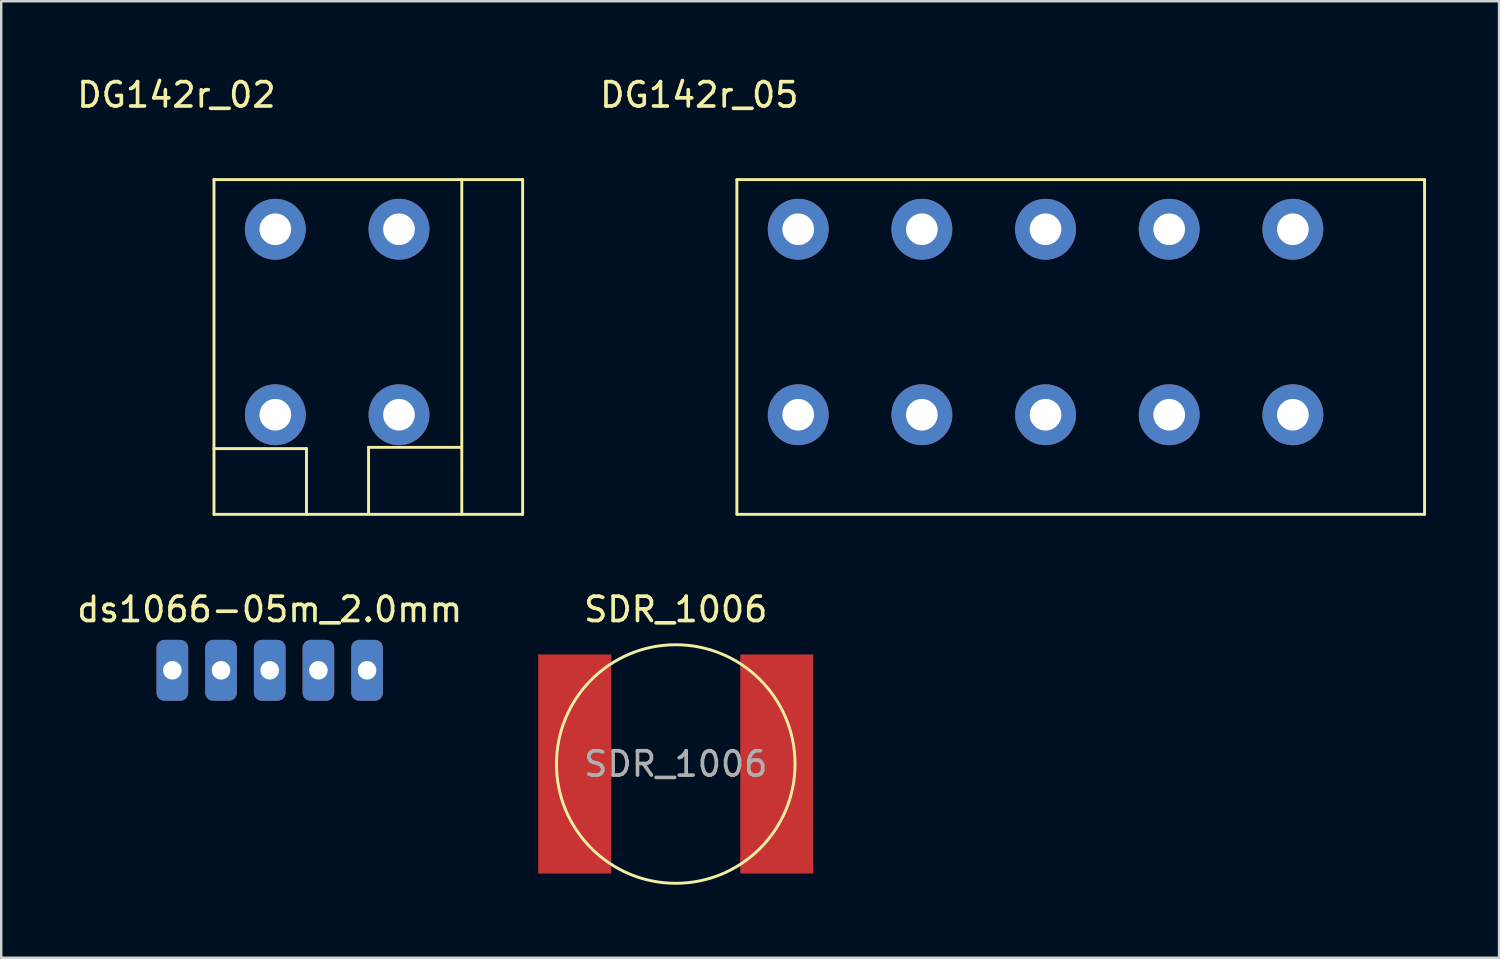
<source format=kicad_pcb>
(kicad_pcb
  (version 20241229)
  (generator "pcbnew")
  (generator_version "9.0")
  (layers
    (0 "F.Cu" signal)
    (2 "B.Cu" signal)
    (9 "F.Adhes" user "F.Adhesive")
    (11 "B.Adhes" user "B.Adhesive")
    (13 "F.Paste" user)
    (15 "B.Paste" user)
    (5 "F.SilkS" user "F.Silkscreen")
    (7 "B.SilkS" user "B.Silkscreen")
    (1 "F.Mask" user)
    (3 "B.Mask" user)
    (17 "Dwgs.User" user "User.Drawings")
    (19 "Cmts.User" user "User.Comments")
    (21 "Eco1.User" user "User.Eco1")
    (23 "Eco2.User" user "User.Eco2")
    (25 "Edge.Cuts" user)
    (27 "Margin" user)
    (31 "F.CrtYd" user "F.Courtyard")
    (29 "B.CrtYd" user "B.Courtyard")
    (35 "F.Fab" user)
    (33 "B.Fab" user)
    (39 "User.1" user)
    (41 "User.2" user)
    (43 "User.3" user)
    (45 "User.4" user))
  (footprint "DG142r_02"
    (layer "F.Cu")
    (at 6.99 3.828)
    (property "Reference" "DG142r_02" (at -2.794 -2.98 0) (layer "F.SilkS") (effects (font (size 1 1) (thickness 0.15))))
    (attr through_hole)
    (fp_line (start -1.25 0.5) (end 11.43 0.5) (stroke (width 0.12) (type solid)) (layer "F.SilkS"))
    (fp_line (start -1.25 14.25) (end -1.25 0.5) (stroke (width 0.12) (type solid)) (layer "F.SilkS"))
    (fp_line (start 2.55 11.55) (end -1.25 11.55) (stroke (width 0.12) (type solid)) (layer "F.SilkS"))
    (fp_line (start 2.55 11.55) (end 2.55 14.25) (stroke (width 0.12) (type solid)) (layer "F.SilkS"))
    (fp_line (start 5.1 11.5) (end 5.1 14.2) (stroke (width 0.12) (type solid)) (layer "F.SilkS"))
    (fp_line (start 8.9 11.5) (end 5.1 11.5) (stroke (width 0.12) (type solid)) (layer "F.SilkS"))
    (fp_line (start 8.93 0.5) (end 8.93 14.25) (stroke (width 0.12) (type solid)) (layer "F.SilkS"))
    (fp_line (start 11.43 0.5) (end 11.43 14.25) (stroke (width 0.12) (type solid)) (layer "F.SilkS"))
    (fp_line (start 11.43 14.25) (end -1.25 14.25) (stroke (width 0.12) (type solid)) (layer "F.SilkS"))
    (pad "1" thru_hole circle (at 1.27 2.54) (size 2.5 2.5) (drill 1.3) (layers "*.Cu" "*.Mask"))
    (pad "1" thru_hole circle (at 1.27 10.16) (size 2.5 2.5) (drill 1.3) (layers "*.Cu" "*.Mask"))
    (pad "2" thru_hole circle (at 6.35 2.54) (size 2.5 2.5) (drill 1.3) (layers "*.Cu" "*.Mask"))
    (pad "2" thru_hole circle (at 6.35 10.16) (size 2.5 2.5) (drill 1.3) (layers "*.Cu" "*.Mask")))
  (footprint "ds1066-05m_2.0mm"
    (layer "F.Cu")
    (at 8.03 21.486)
    (property "Reference" "ds1066-05m_2.0mm" (at 0 0.5 0) (layer "F.SilkS") (effects (font (size 1 1) (thickness 0.15))))
    (attr through_hole)
    (pad "1" thru_hole roundrect (at -4 3) (size 1.3 2.5) (drill 0.762) (layers "*.Cu" "*.Mask") (roundrect_rratio 0.25))
    (pad "2" thru_hole roundrect (at -2 3) (size 1.3 2.5) (drill 0.762) (layers "*.Cu" "*.Mask") (roundrect_rratio 0.25))
    (pad "3" thru_hole roundrect (at 0 3) (size 1.3 2.5) (drill 0.762) (layers "*.Cu" "*.Mask") (roundrect_rratio 0.25))
    (pad "4" thru_hole roundrect (at 2 3) (size 1.3 2.5) (drill 0.762) (layers "*.Cu" "*.Mask") (roundrect_rratio 0.25))
    (pad "5" thru_hole roundrect (at 4 3) (size 1.3 2.5) (drill 0.762) (layers "*.Cu" "*.Mask") (roundrect_rratio 0.25)))
  (footprint "DG142r_05"
    (layer "F.Cu")
    (at 28.471 3.828)
    (property "Reference" "DG142r_05" (at -2.794 -2.98 0) (layer "F.SilkS") (effects (font (size 1 1) (thickness 0.15))))
    (attr through_hole)
    (fp_line (start -1.25 0.5) (end 27 0.5) (stroke (width 0.12) (type solid)) (layer "F.SilkS"))
    (fp_line (start -1.25 14.25) (end -1.25 0.5) (stroke (width 0.12) (type solid)) (layer "F.SilkS"))
    (fp_line (start 27 0.5) (end 27 14.25) (stroke (width 0.12) (type solid)) (layer "F.SilkS"))
    (fp_line (start 27 14.25) (end -1.25 14.25) (stroke (width 0.12) (type solid)) (layer "F.SilkS"))
    (pad "1" thru_hole circle (at 1.27 2.54) (size 2.5 2.5) (drill 1.3) (layers "*.Cu" "*.Mask"))
    (pad "1" thru_hole circle (at 1.27 10.16) (size 2.5 2.5) (drill 1.3) (layers "*.Cu" "*.Mask"))
    (pad "2" thru_hole circle (at 6.35 2.54) (size 2.5 2.5) (drill 1.3) (layers "*.Cu" "*.Mask"))
    (pad "2" thru_hole circle (at 6.35 10.16) (size 2.5 2.5) (drill 1.3) (layers "*.Cu" "*.Mask"))
    (pad "3" thru_hole circle (at 11.43 2.54) (size 2.5 2.5) (drill 1.3) (layers "*.Cu" "*.Mask"))
    (pad "3" thru_hole circle (at 11.43 10.16) (size 2.5 2.5) (drill 1.3) (layers "*.Cu" "*.Mask"))
    (pad "4" thru_hole circle (at 16.51 2.54) (size 2.5 2.5) (drill 1.3) (layers "*.Cu" "*.Mask"))
    (pad "4" thru_hole circle (at 16.51 10.16) (size 2.5 2.5) (drill 1.3) (layers "*.Cu" "*.Mask"))
    (pad "5" thru_hole circle (at 21.59 2.54) (size 2.5 2.5) (drill 1.3) (layers "*.Cu" "*.Mask"))
    (pad "5" thru_hole circle (at 21.59 10.16) (size 2.5 2.5) (drill 1.3) (layers "*.Cu" "*.Mask")))
  (footprint "SDR_1006"
    (layer "F.Cu")
    (at 24.71 28.336)
    (property "Reference" "SDR_1006" (at 0 -6.35 0) (layer "F.SilkS") (effects (font (size 1 1) (thickness 0.15))))
    (attr smd)
    (fp_circle (center 0 0) (end 4.9 0) (stroke (width 0.12) (type solid)) (fill no) (layer "F.SilkS"))
    (fp_text user "${REFERENCE}" (at 0 0 0) (layer "F.Fab") (effects (font (size 1 1) (thickness 0.15))))
    (pad "1" smd rect (at -4.15 0) (size 3 9) (layers "F.Cu" "F.Mask" "F.Paste"))
    (pad "2" smd rect (at 4.15 0) (size 3 9) (layers "F.Cu" "F.Mask" "F.Paste")))
  (gr_rect
    (start -3 -3)
    (end 58.531 36.296)
    (stroke (width 0.1) (type default))
    (fill no)
    (layer "Edge.Cuts")))
</source>
